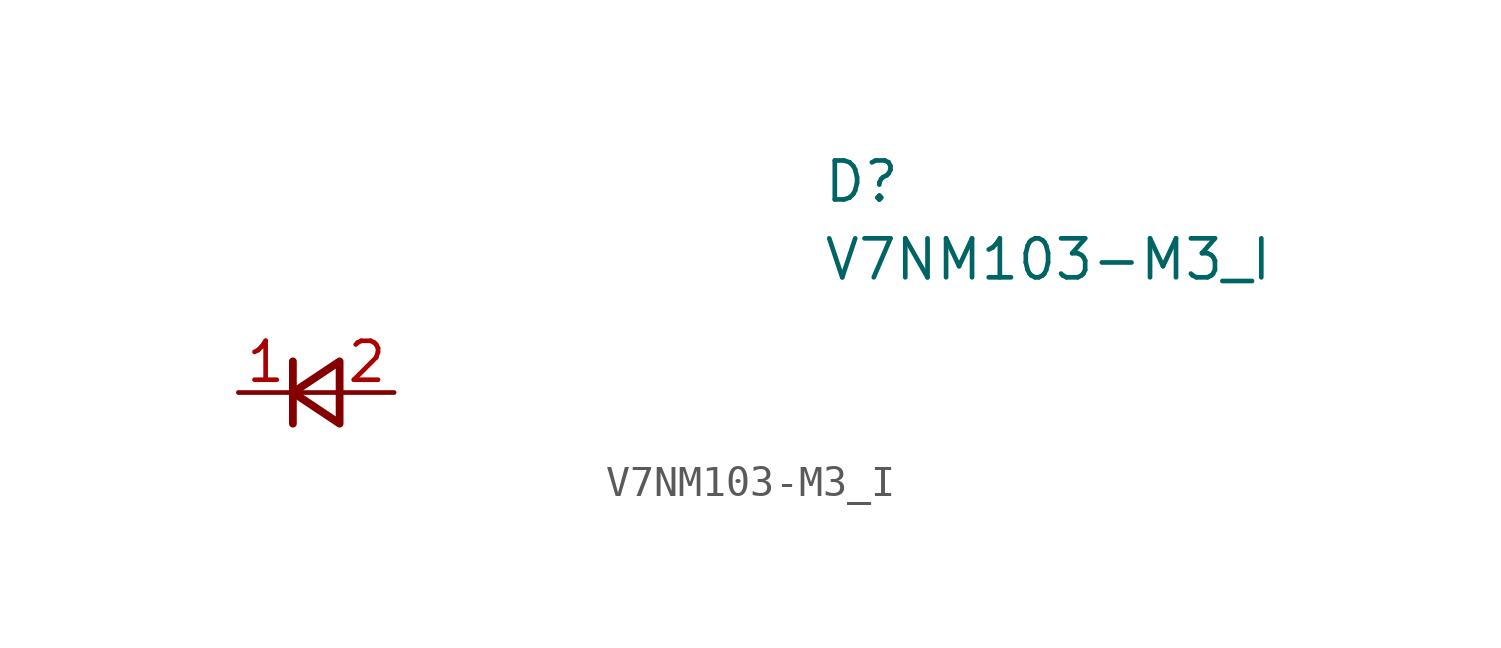
<source format=kicad_sym>
(kicad_symbol_lib
  (version 20220914)
  (generator kicad_symbol_editor)
  (symbol "V7NM103-M3_I"
    (property "Reference" "D"
      (at 19.05 7.62 0)
      (effects (font (size 1.27 1.27)) (justify left top)))
    (property "Value" "V7NM103-M3_I"
      (at 19.05 5.08 0)
      (effects (font (size 1.27 1.27)) (justify left top)))
    (symbol "V7NM103-M3_I_0_1"
      (polyline (pts (xy 1.778 -1.016) (xy 1.778 1.016)) (stroke (width 0.254) (type default)) (fill (type none)))
      (polyline (pts (xy 1.778 0) (xy 3.302 0)) (stroke (width 0) (type default)) (fill (type none)))
      (polyline (pts (xy 3.302 -1.016) (xy 1.778 0) (xy 3.302 1.016) (xy 3.302 -1.016)) (stroke (width 0.254) (type default)) (fill (type none))))
    (symbol "V7NM103-M3_I_1_1"
      (pin passive line (at 0 0 0) (length 1.778) (name "" (effects (font (size 1.27 1.27)))) (number "1" (effects (font (size 1.27 1.27)))))
      (pin passive line (at 5.08 0 180) (length 1.778) (name "" (effects (font (size 1.27 1.27)))) (number "2" (effects (font (size 1.27 1.27))))))))
</source>
